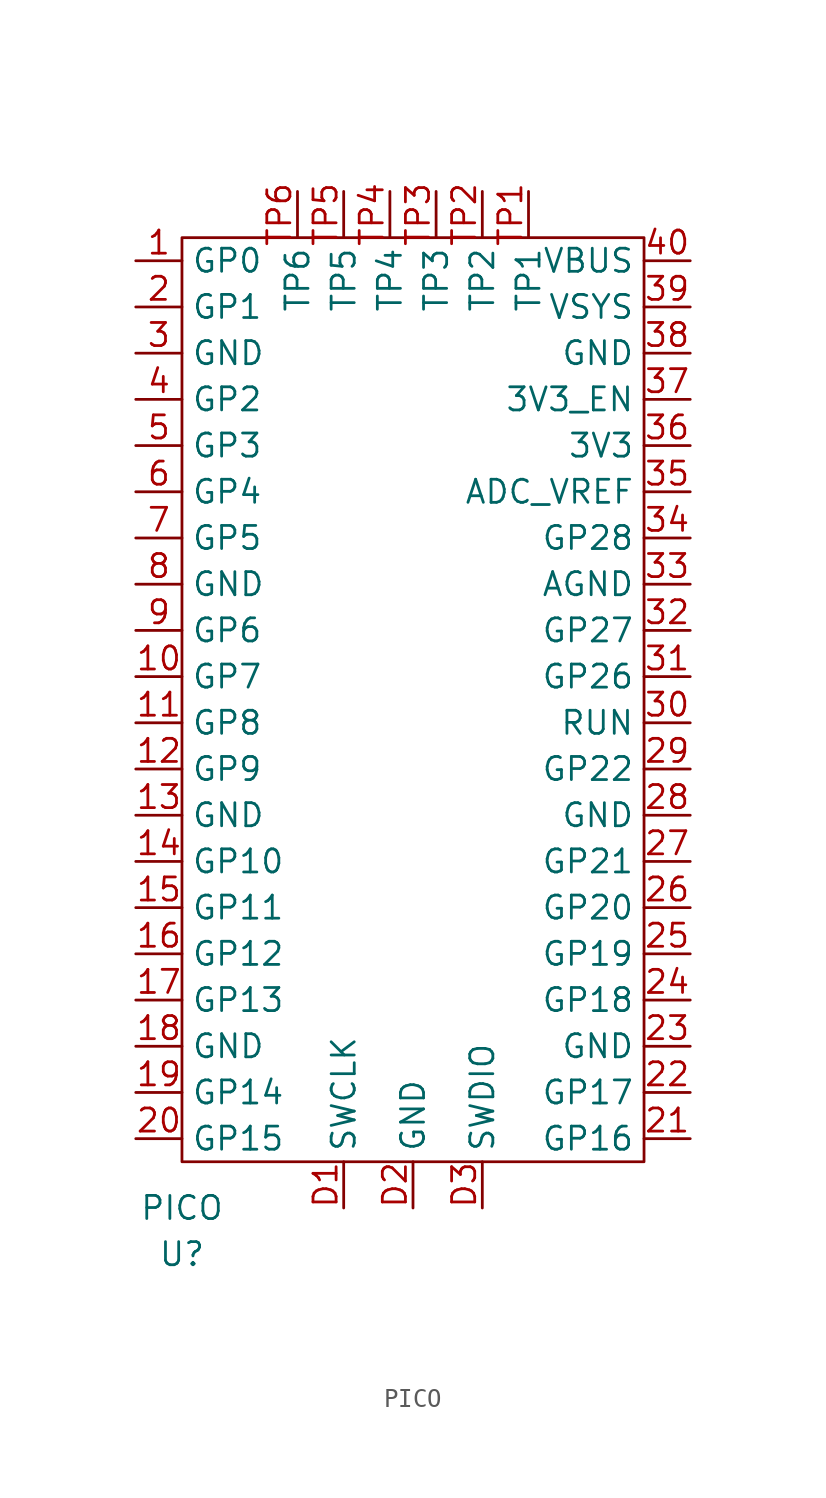
<source format=kicad_sym>
(kicad_symbol_lib
  (version 20210619)
  (generator kicad_symbol_editor)
  (symbol "modules:PICO"
    (property "Reference" "U"
      (at -12.7 -55.88 0)
      (effects (font (size 1.27 1.27))))
    (property "Value" "PICO"
      (at -12.7 -53.34 0)
      (effects (font (size 1.27 1.27))))
    (symbol "PICO_0_1"
      (rectangle (start -12.7 0) (end 12.7 -50.8) (stroke (width 0.152)) (fill (type none))))
    (symbol "PICO_1_1"
      (pin input line (at -15.24 -1.27 0) (length 2.54) (name "GP0" (effects (font (size 1.27 1.27)))) (number "1" (effects (font (size 1.27 1.27)))))
      (pin input line (at -15.24 -24.13 0) (length 2.54) (name "GP7" (effects (font (size 1.27 1.27)))) (number "10" (effects (font (size 1.27 1.27)))))
      (pin input line (at -15.24 -26.67 0) (length 2.54) (name "GP8" (effects (font (size 1.27 1.27)))) (number "11" (effects (font (size 1.27 1.27)))))
      (pin input line (at -15.24 -29.21 0) (length 2.54) (name "GP9" (effects (font (size 1.27 1.27)))) (number "12" (effects (font (size 1.27 1.27)))))
      (pin input line (at -15.24 -31.75 0) (length 2.54) (name "GND" (effects (font (size 1.27 1.27)))) (number "13" (effects (font (size 1.27 1.27)))))
      (pin input line (at -15.24 -34.29 0) (length 2.54) (name "GP10" (effects (font (size 1.27 1.27)))) (number "14" (effects (font (size 1.27 1.27)))))
      (pin input line (at -15.24 -36.83 0) (length 2.54) (name "GP11" (effects (font (size 1.27 1.27)))) (number "15" (effects (font (size 1.27 1.27)))))
      (pin input line (at -15.24 -39.37 0) (length 2.54) (name "GP12" (effects (font (size 1.27 1.27)))) (number "16" (effects (font (size 1.27 1.27)))))
      (pin input line (at -15.24 -41.91 0) (length 2.54) (name "GP13" (effects (font (size 1.27 1.27)))) (number "17" (effects (font (size 1.27 1.27)))))
      (pin input line (at -15.24 -44.45 0) (length 2.54) (name "GND" (effects (font (size 1.27 1.27)))) (number "18" (effects (font (size 1.27 1.27)))))
      (pin input line (at -15.24 -46.99 0) (length 2.54) (name "GP14" (effects (font (size 1.27 1.27)))) (number "19" (effects (font (size 1.27 1.27)))))
      (pin input line (at -15.24 -3.81 0) (length 2.54) (name "GP1" (effects (font (size 1.27 1.27)))) (number "2" (effects (font (size 1.27 1.27)))))
      (pin input line (at -15.24 -49.53 0) (length 2.54) (name "GP15" (effects (font (size 1.27 1.27)))) (number "20" (effects (font (size 1.27 1.27)))))
      (pin input line (at 15.24 -49.53 180) (length 2.54) (name "GP16" (effects (font (size 1.27 1.27)))) (number "21" (effects (font (size 1.27 1.27)))))
      (pin input line (at 15.24 -46.99 180) (length 2.54) (name "GP17" (effects (font (size 1.27 1.27)))) (number "22" (effects (font (size 1.27 1.27)))))
      (pin input line (at 15.24 -44.45 180) (length 2.54) (name "GND" (effects (font (size 1.27 1.27)))) (number "23" (effects (font (size 1.27 1.27)))))
      (pin input line (at 15.24 -41.91 180) (length 2.54) (name "GP18" (effects (font (size 1.27 1.27)))) (number "24" (effects (font (size 1.27 1.27)))))
      (pin input line (at 15.24 -39.37 180) (length 2.54) (name "GP19" (effects (font (size 1.27 1.27)))) (number "25" (effects (font (size 1.27 1.27)))))
      (pin input line (at 15.24 -36.83 180) (length 2.54) (name "GP20" (effects (font (size 1.27 1.27)))) (number "26" (effects (font (size 1.27 1.27)))))
      (pin input line (at 15.24 -34.29 180) (length 2.54) (name "GP21" (effects (font (size 1.27 1.27)))) (number "27" (effects (font (size 1.27 1.27)))))
      (pin input line (at 15.24 -31.75 180) (length 2.54) (name "GND" (effects (font (size 1.27 1.27)))) (number "28" (effects (font (size 1.27 1.27)))))
      (pin input line (at 15.24 -29.21 180) (length 2.54) (name "GP22" (effects (font (size 1.27 1.27)))) (number "29" (effects (font (size 1.27 1.27)))))
      (pin input line (at -15.24 -6.35 0) (length 2.54) (name "GND" (effects (font (size 1.27 1.27)))) (number "3" (effects (font (size 1.27 1.27)))))
      (pin input line (at 15.24 -26.67 180) (length 2.54) (name "RUN" (effects (font (size 1.27 1.27)))) (number "30" (effects (font (size 1.27 1.27)))))
      (pin input line (at 15.24 -24.13 180) (length 2.54) (name "GP26" (effects (font (size 1.27 1.27)))) (number "31" (effects (font (size 1.27 1.27)))))
      (pin input line (at 15.24 -21.59 180) (length 2.54) (name "GP27" (effects (font (size 1.27 1.27)))) (number "32" (effects (font (size 1.27 1.27)))))
      (pin input line (at 15.24 -19.05 180) (length 2.54) (name "AGND" (effects (font (size 1.27 1.27)))) (number "33" (effects (font (size 1.27 1.27)))))
      (pin input line (at 15.24 -16.51 180) (length 2.54) (name "GP28" (effects (font (size 1.27 1.27)))) (number "34" (effects (font (size 1.27 1.27)))))
      (pin input line (at 15.24 -13.97 180) (length 2.54) (name "ADC_VREF" (effects (font (size 1.27 1.27)))) (number "35" (effects (font (size 1.27 1.27)))))
      (pin input line (at 15.24 -11.43 180) (length 2.54) (name "3V3" (effects (font (size 1.27 1.27)))) (number "36" (effects (font (size 1.27 1.27)))))
      (pin input line (at 15.24 -8.89 180) (length 2.54) (name "3V3_EN" (effects (font (size 1.27 1.27)))) (number "37" (effects (font (size 1.27 1.27)))))
      (pin input line (at 15.24 -6.35 180) (length 2.54) (name "GND" (effects (font (size 1.27 1.27)))) (number "38" (effects (font (size 1.27 1.27)))))
      (pin input line (at 15.24 -3.81 180) (length 2.54) (name "VSYS" (effects (font (size 1.27 1.27)))) (number "39" (effects (font (size 1.27 1.27)))))
      (pin input line (at -15.24 -8.89 0) (length 2.54) (name "GP2" (effects (font (size 1.27 1.27)))) (number "4" (effects (font (size 1.27 1.27)))))
      (pin input line (at 15.24 -1.27 180) (length 2.54) (name "VBUS" (effects (font (size 1.27 1.27)))) (number "40" (effects (font (size 1.27 1.27)))))
      (pin input line (at -15.24 -11.43 0) (length 2.54) (name "GP3" (effects (font (size 1.27 1.27)))) (number "5" (effects (font (size 1.27 1.27)))))
      (pin input line (at -15.24 -13.97 0) (length 2.54) (name "GP4" (effects (font (size 1.27 1.27)))) (number "6" (effects (font (size 1.27 1.27)))))
      (pin input line (at -15.24 -16.51 0) (length 2.54) (name "GP5" (effects (font (size 1.27 1.27)))) (number "7" (effects (font (size 1.27 1.27)))))
      (pin input line (at -15.24 -19.05 0) (length 2.54) (name "GND" (effects (font (size 1.27 1.27)))) (number "8" (effects (font (size 1.27 1.27)))))
      (pin input line (at -15.24 -21.59 0) (length 2.54) (name "GP6" (effects (font (size 1.27 1.27)))) (number "9" (effects (font (size 1.27 1.27)))))
      (pin input line (at -3.81 -53.34 90) (length 2.54) (name "SWCLK" (effects (font (size 1.27 1.27)))) (number "D1" (effects (font (size 1.27 1.27)))))
      (pin input line (at 0 -53.34 90) (length 2.54) (name "GND" (effects (font (size 1.27 1.27)))) (number "D2" (effects (font (size 1.27 1.27)))))
      (pin input line (at 3.81 -53.34 90) (length 2.54) (name "SWDIO" (effects (font (size 1.27 1.27)))) (number "D3" (effects (font (size 1.27 1.27)))))
      (pin output line (at 6.35 2.54 270) (length 2.54) (name "TP1" (effects (font (size 1.27 1.27)))) (number "TP1" (effects (font (size 1.27 1.27)))))
      (pin output line (at 3.81 2.54 270) (length 2.54) (name "TP2" (effects (font (size 1.27 1.27)))) (number "TP2" (effects (font (size 1.27 1.27)))))
      (pin output line (at 1.27 2.54 270) (length 2.54) (name "TP3" (effects (font (size 1.27 1.27)))) (number "TP3" (effects (font (size 1.27 1.27)))))
      (pin output line (at -1.27 2.54 270) (length 2.54) (name "TP4" (effects (font (size 1.27 1.27)))) (number "TP4" (effects (font (size 1.27 1.27)))))
      (pin output line (at -3.81 2.54 270) (length 2.54) (name "TP5" (effects (font (size 1.27 1.27)))) (number "TP5" (effects (font (size 1.27 1.27)))))
      (pin output line (at -6.35 2.54 270) (length 2.54) (name "TP6" (effects (font (size 1.27 1.27)))) (number "TP6" (effects (font (size 1.27 1.27))))))))
</source>
